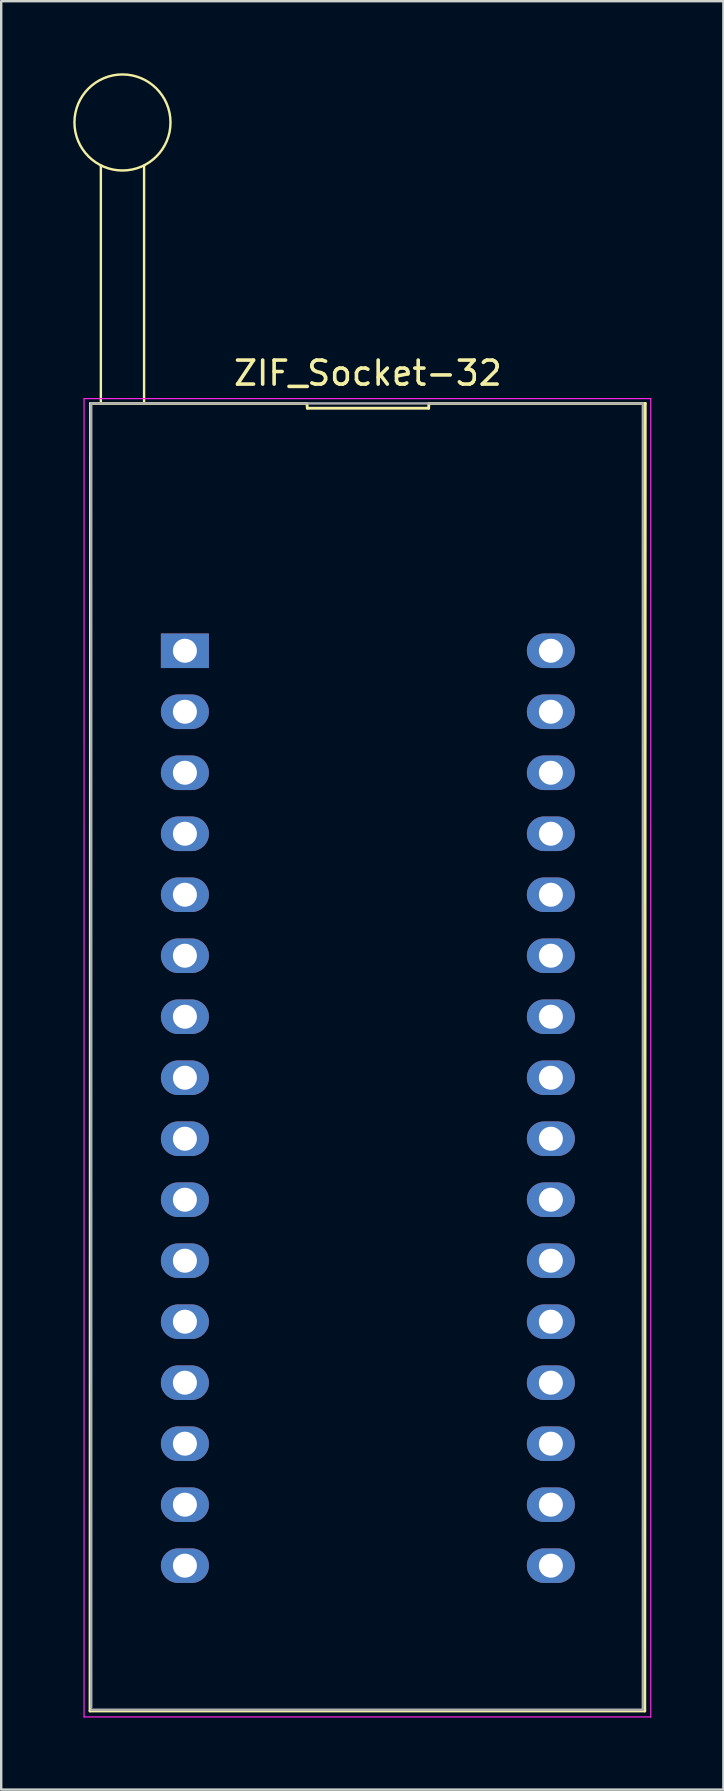
<source format=kicad_pcb>
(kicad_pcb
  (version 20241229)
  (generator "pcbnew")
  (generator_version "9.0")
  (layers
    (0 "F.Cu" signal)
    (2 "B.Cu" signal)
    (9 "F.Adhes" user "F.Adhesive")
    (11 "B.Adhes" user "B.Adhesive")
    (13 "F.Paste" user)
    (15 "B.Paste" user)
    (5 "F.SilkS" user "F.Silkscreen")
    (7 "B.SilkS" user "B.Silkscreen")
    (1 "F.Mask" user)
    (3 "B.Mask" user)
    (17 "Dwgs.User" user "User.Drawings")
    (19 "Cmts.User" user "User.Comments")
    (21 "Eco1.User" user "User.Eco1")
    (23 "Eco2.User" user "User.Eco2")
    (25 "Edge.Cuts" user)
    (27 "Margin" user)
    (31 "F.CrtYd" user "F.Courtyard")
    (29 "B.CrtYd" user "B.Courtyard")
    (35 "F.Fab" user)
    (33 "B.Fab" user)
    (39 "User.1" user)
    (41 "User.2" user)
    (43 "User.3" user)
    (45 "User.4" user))
  (footprint "ZIF_Socket-32"
    (layer "F.Cu")
    (at 4.65 24.05)
    (property "Reference" "ZIF_Socket-32" (at 7.62 -11.56 0) (layer "F.SilkS") (effects (font (size 1 1) (thickness 0.15))))
    (attr through_hole)
    (fp_line (start -3.95 44.15) (end 19.15 44.15) (stroke (width 0.12) (type solid)) (layer "F.SilkS"))
    (fp_line (start -3.93 -10.3) (end -3.95 44.15) (stroke (width 0.12) (type solid)) (layer "F.SilkS"))
    (fp_line (start -3.93 -10.3) (end 5.08 -10.3) (stroke (width 0.12) (type default)) (layer "F.SilkS"))
    (fp_line (start -3.5 -10.3) (end -3.5 -20.2) (stroke (width 0.1) (type default)) (layer "F.SilkS"))
    (fp_line (start -1.7 -10.3) (end -1.7 -20.2) (stroke (width 0.1) (type default)) (layer "F.SilkS"))
    (fp_line (start 5.08 -10.3) (end 5.1 -10.1) (stroke (width 0.12) (type default)) (layer "F.SilkS"))
    (fp_line (start 5.1 -10.1) (end 10.15 -10.1) (stroke (width 0.12) (type default)) (layer "F.SilkS"))
    (fp_line (start 10.15 -10.1) (end 10.16 -10.3) (stroke (width 0.12) (type default)) (layer "F.SilkS"))
    (fp_line (start 10.16 -10.3) (end 19.17 -10.3) (stroke (width 0.12) (type default)) (layer "F.SilkS"))
    (fp_line (start 19.15 44.15) (end 19.17 -10.3) (stroke (width 0.12) (type solid)) (layer "F.SilkS"))
    (fp_circle (center -2.6 -22) (end -0.6 -22) (stroke (width 0.1) (type default)) (fill no) (layer "F.SilkS"))
    (fp_line (start -4.2 -10.5) (end 19.4 -10.5) (stroke (width 0.05) (type solid)) (layer "F.CrtYd"))
    (fp_line (start -4.2 44.4) (end -4.2 -10.5) (stroke (width 0.05) (type solid)) (layer "F.CrtYd"))
    (fp_line (start 19.4 -10.5) (end 19.4 44.4) (stroke (width 0.05) (type solid)) (layer "F.CrtYd"))
    (fp_line (start 19.4 44.4) (end -4.2 44.4) (stroke (width 0.05) (type solid)) (layer "F.CrtYd"))
    (fp_line (start -3.9 -10.3) (end 19.07 -10.3) (stroke (width 0.1) (type solid)) (layer "F.Fab"))
    (fp_line (start -3.9 44) (end -3.9 -10.3) (stroke (width 0.1) (type solid)) (layer "F.Fab"))
    (fp_line (start 19.07 -10.3) (end 19.07 44.1) (stroke (width 0.1) (type solid)) (layer "F.Fab"))
    (fp_line (start 19.07 44.1) (end -3.9 44.1) (stroke (width 0.1) (type solid)) (layer "F.Fab"))
    (pad "1" thru_hole rect (at 0 0) (size 2 1.44) (drill 1) (layers "*.Cu" "*.Mask"))
    (pad "2" thru_hole oval (at 0 2.54) (size 2 1.44) (drill 1) (layers "*.Cu" "*.Mask"))
    (pad "3" thru_hole oval (at 0 5.08) (size 2 1.44) (drill 1) (layers "*.Cu" "*.Mask"))
    (pad "4" thru_hole oval (at 0 7.62) (size 2 1.44) (drill 1) (layers "*.Cu" "*.Mask"))
    (pad "5" thru_hole oval (at 0 10.16) (size 2 1.44) (drill 1) (layers "*.Cu" "*.Mask"))
    (pad "6" thru_hole oval (at 0 12.7) (size 2 1.44) (drill 1) (layers "*.Cu" "*.Mask"))
    (pad "7" thru_hole oval (at 0 15.24) (size 2 1.44) (drill 1) (layers "*.Cu" "*.Mask"))
    (pad "8" thru_hole oval (at 0 17.78) (size 2 1.44) (drill 1) (layers "*.Cu" "*.Mask"))
    (pad "9" thru_hole oval (at 0 20.32) (size 2 1.44) (drill 1) (layers "*.Cu" "*.Mask"))
    (pad "10" thru_hole oval (at 0 22.86) (size 2 1.44) (drill 1) (layers "*.Cu" "*.Mask"))
    (pad "11" thru_hole oval (at 0 25.4) (size 2 1.44) (drill 1) (layers "*.Cu" "*.Mask"))
    (pad "12" thru_hole oval (at 0 27.94) (size 2 1.44) (drill 1) (layers "*.Cu" "*.Mask"))
    (pad "13" thru_hole oval (at 0 30.48) (size 2 1.44) (drill 1) (layers "*.Cu" "*.Mask"))
    (pad "14" thru_hole oval (at 0 33.02) (size 2 1.44) (drill 1) (layers "*.Cu" "*.Mask"))
    (pad "15" thru_hole oval (at 0 35.56) (size 2 1.44) (drill 1) (layers "*.Cu" "*.Mask"))
    (pad "16" thru_hole oval (at 0 38.1) (size 2 1.44) (drill 1) (layers "*.Cu" "*.Mask"))
    (pad "17" thru_hole oval (at 15.24 38.1) (size 2 1.44) (drill 1) (layers "*.Cu" "*.Mask"))
    (pad "18" thru_hole oval (at 15.24 35.56) (size 2 1.44) (drill 1) (layers "*.Cu" "*.Mask"))
    (pad "19" thru_hole oval (at 15.24 33.02) (size 2 1.44) (drill 1) (layers "*.Cu" "*.Mask"))
    (pad "20" thru_hole oval (at 15.24 30.48) (size 2 1.44) (drill 1) (layers "*.Cu" "*.Mask"))
    (pad "21" thru_hole oval (at 15.24 27.94) (size 2 1.44) (drill 1) (layers "*.Cu" "*.Mask"))
    (pad "22" thru_hole oval (at 15.24 25.4) (size 2 1.44) (drill 1) (layers "*.Cu" "*.Mask"))
    (pad "23" thru_hole oval (at 15.24 22.86) (size 2 1.44) (drill 1) (layers "*.Cu" "*.Mask"))
    (pad "24" thru_hole oval (at 15.24 20.32) (size 2 1.44) (drill 1) (layers "*.Cu" "*.Mask"))
    (pad "25" thru_hole oval (at 15.24 17.78) (size 2 1.44) (drill 1) (layers "*.Cu" "*.Mask"))
    (pad "26" thru_hole oval (at 15.24 15.24) (size 2 1.44) (drill 1) (layers "*.Cu" "*.Mask"))
    (pad "27" thru_hole oval (at 15.24 12.7) (size 2 1.44) (drill 1) (layers "*.Cu" "*.Mask"))
    (pad "28" thru_hole oval (at 15.24 10.16) (size 2 1.44) (drill 1) (layers "*.Cu" "*.Mask"))
    (pad "29" thru_hole oval (at 15.24 7.62) (size 2 1.44) (drill 1) (layers "*.Cu" "*.Mask"))
    (pad "30" thru_hole oval (at 15.24 5.08) (size 2 1.44) (drill 1) (layers "*.Cu" "*.Mask"))
    (pad "31" thru_hole oval (at 15.24 2.54) (size 2 1.44) (drill 1) (layers "*.Cu" "*.Mask"))
    (pad "32" thru_hole oval (at 15.24 0) (size 2 1.44) (drill 1) (layers "*.Cu" "*.Mask")))
  (gr_rect
    (start -3 -3)
    (end 27.075 71.475)
    (stroke (width 0.1) (type default))
    (fill no)
    (layer "Edge.Cuts")))
</source>
